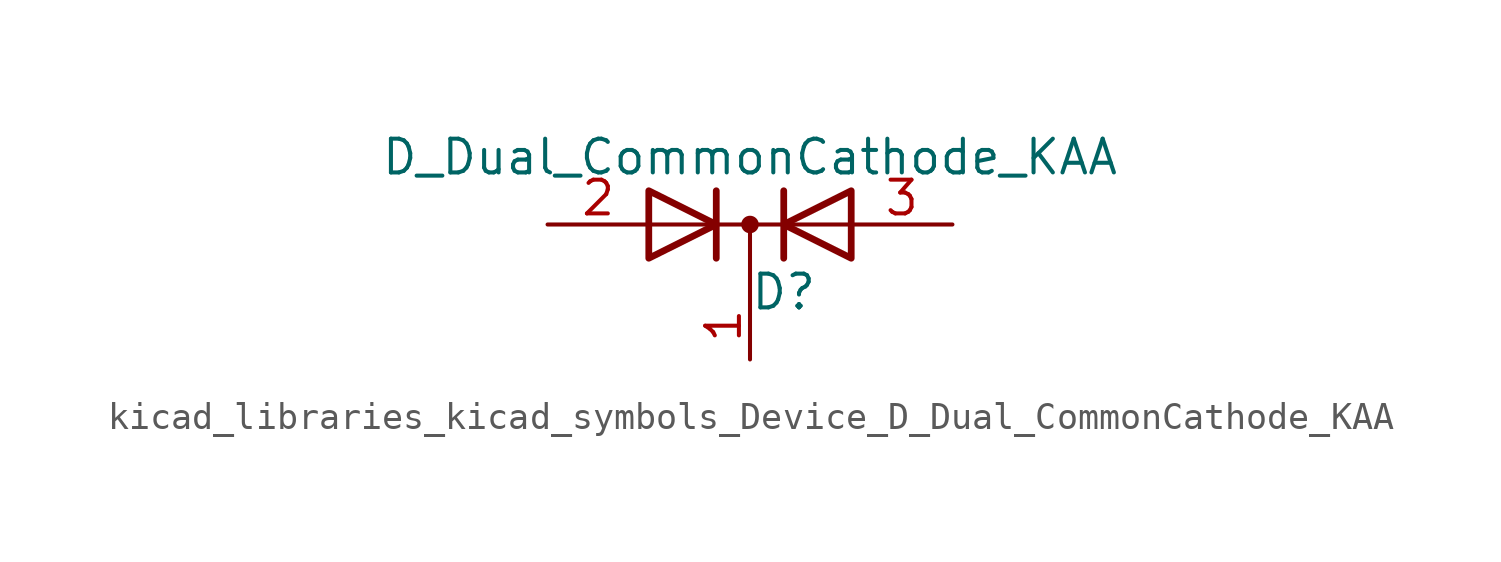
<source format=kicad_sym>
(kicad_symbol_lib
  (version 20220914)
  (generator kicad_symbol_editor)
  (symbol "kicad_libraries_kicad_symbols_Device_D_Dual_CommonCathode_KAA"
    (pin_names
      (offset 0.762) hide)
    (property "Reference" "D"
      (at 1.27 -2.54 0)
      (effects (font (size 1.27 1.27))))
    (property "Value" "D_Dual_CommonCathode_KAA"
      (at 0 2.54 0)
      (effects (font (size 1.27 1.27))))
    (symbol "kicad_libraries_kicad_symbols_Device_D_Dual_CommonCathode_KAA_0_1"
      (polyline (pts (xy -3.81 0) (xy 3.81 0)) (stroke (width 0) (type default)) (fill (type none)))
      (polyline (pts (xy 0 0) (xy 0 -2.54)) (stroke (width 0) (type default)) (fill (type none)))
      (polyline (pts (xy -1.27 -1.27) (xy -1.27 1.27) (xy -1.27 1.27)) (stroke (width 0.254) (type default)) (fill (type none)))
      (polyline (pts (xy 1.27 -1.27) (xy 1.27 1.27) (xy 1.27 1.27)) (stroke (width 0.254) (type default)) (fill (type none)))
      (polyline (pts (xy -3.81 1.27) (xy -1.27 0) (xy -3.81 -1.27) (xy -3.81 1.27) (xy -3.81 1.27) (xy -3.81 1.27)) (stroke (width 0.254) (type default)) (fill (type none)))
      (polyline (pts (xy 3.81 -1.27) (xy 1.27 0) (xy 3.81 1.27) (xy 3.81 -1.27) (xy 3.81 -1.27) (xy 3.81 -1.27)) (stroke (width 0.254) (type default)) (fill (type none)))
      (circle (center 0 0) (radius 0.254) (stroke (width 0) (type default)) (fill (type outline)))
      (pin passive line (at 0 -5.08 90) (length 2.54) (name "K" (effects (font (size 1.27 1.27)))) (number "1" (effects (font (size 1.27 1.27)))))
      (pin passive line (at -7.62 0 0) (length 3.81) (name "A" (effects (font (size 1.27 1.27)))) (number "2" (effects (font (size 1.27 1.27)))))
      (pin passive line (at 7.62 0 180) (length 3.81) (name "A" (effects (font (size 1.27 1.27)))) (number "3" (effects (font (size 1.27 1.27))))))))
</source>
